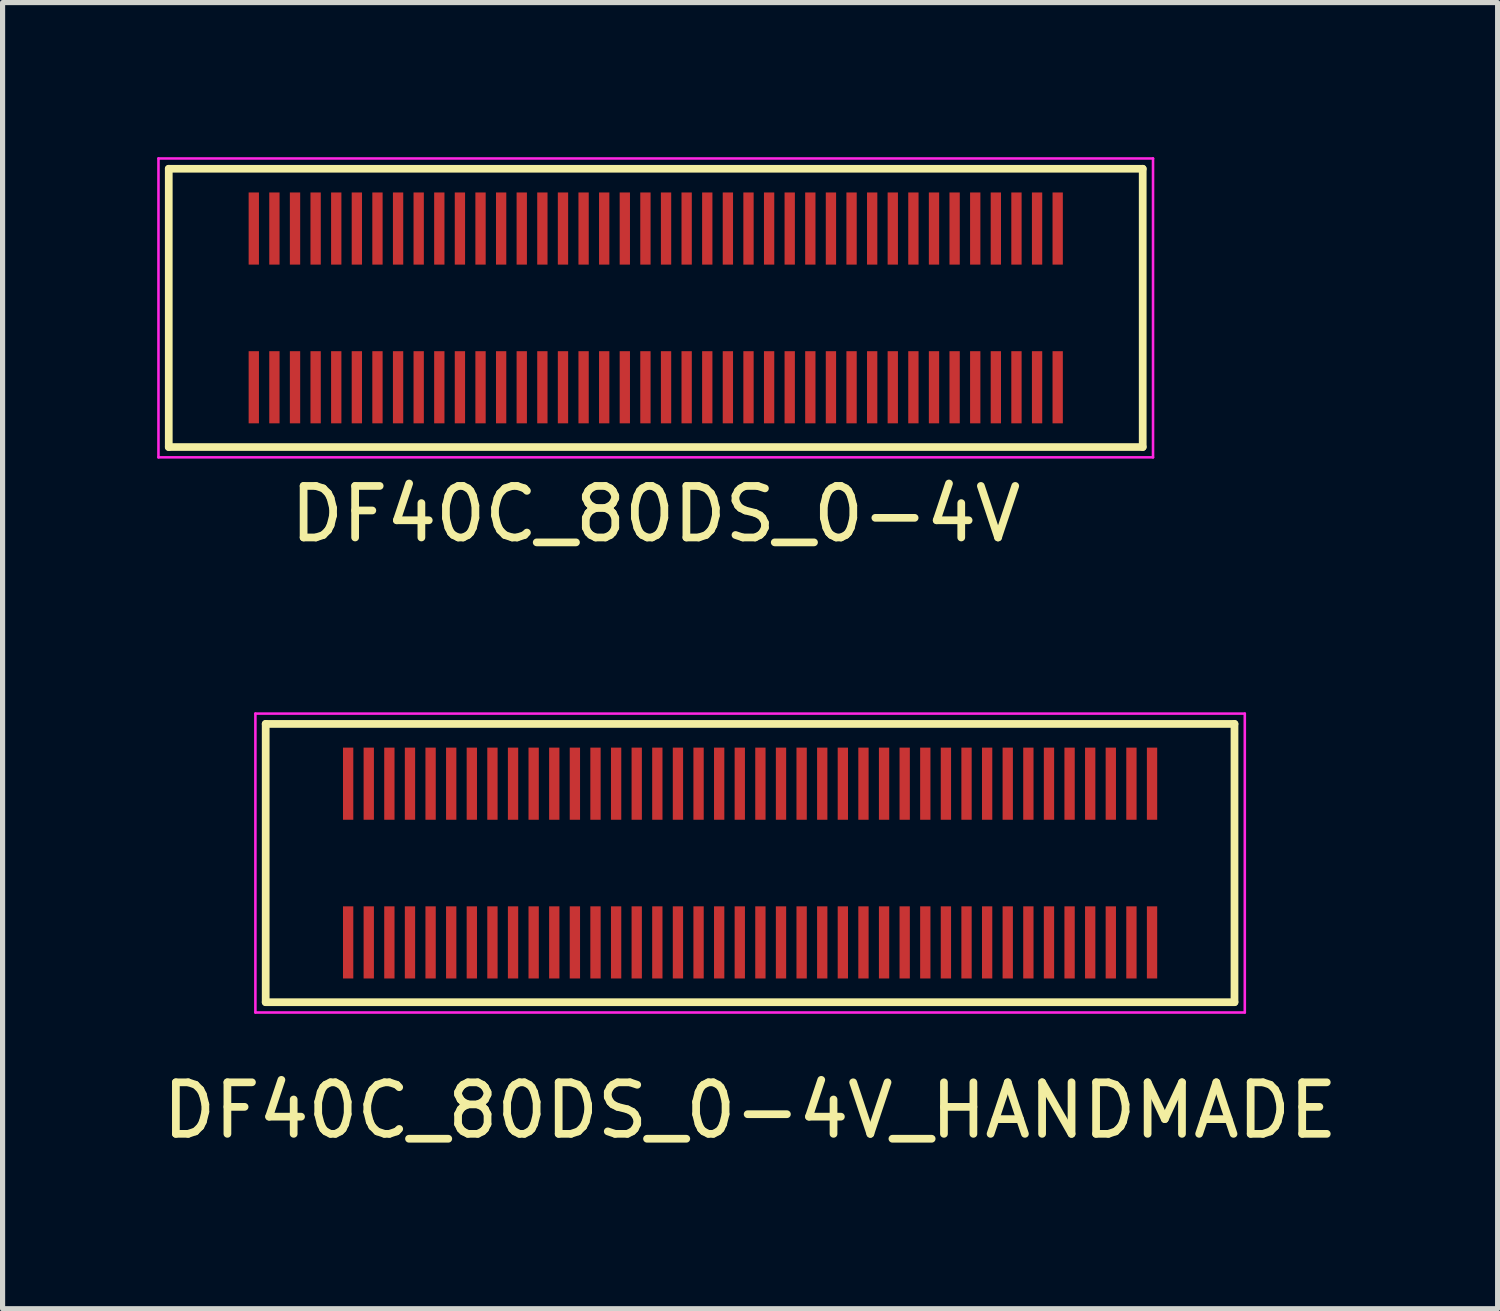
<source format=kicad_pcb>
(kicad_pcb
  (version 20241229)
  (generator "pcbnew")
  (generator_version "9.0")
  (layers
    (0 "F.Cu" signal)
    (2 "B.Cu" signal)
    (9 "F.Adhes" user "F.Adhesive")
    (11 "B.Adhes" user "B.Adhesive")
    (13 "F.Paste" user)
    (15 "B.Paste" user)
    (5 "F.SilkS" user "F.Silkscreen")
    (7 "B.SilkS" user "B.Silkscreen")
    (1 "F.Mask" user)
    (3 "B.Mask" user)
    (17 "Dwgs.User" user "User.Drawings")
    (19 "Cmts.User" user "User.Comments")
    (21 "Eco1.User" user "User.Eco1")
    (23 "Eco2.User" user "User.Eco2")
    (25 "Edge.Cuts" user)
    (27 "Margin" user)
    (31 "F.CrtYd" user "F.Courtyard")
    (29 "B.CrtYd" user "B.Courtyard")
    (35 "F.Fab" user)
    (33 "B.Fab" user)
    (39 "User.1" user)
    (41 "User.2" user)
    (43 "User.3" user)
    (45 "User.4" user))
  (footprint "DF40C_80DS_0-4V_HANDMADE"
    (layer "F.Cu")
    (at 11.506 13.698)
    (property "Reference" "DF40C_80DS_0-4V_HANDMADE" (at 0 4.8 0) (layer "F.SilkS") (effects (font (size 1 1) (thickness 0.15))))
    (attr smd)
    (fp_line (start -9.4 -2.7) (end -9.4 2.7) (stroke (width 0.15) (type solid)) (layer "F.SilkS"))
    (fp_line (start -9.4 -2.7) (end 9.4 -2.7) (stroke (width 0.15) (type solid)) (layer "F.SilkS"))
    (fp_line (start -9.4 2.7) (end 9.4 2.7) (stroke (width 0.15) (type solid)) (layer "F.SilkS"))
    (fp_line (start 9.4 -2.7) (end 9.4 2.7) (stroke (width 0.15) (type solid)) (layer "F.SilkS"))
    (fp_line (start -9.6 -2.9) (end -9.6 2.9) (stroke (width 0.05) (type solid)) (layer "F.CrtYd"))
    (fp_line (start -9.6 -2.9) (end 9.6 -2.9) (stroke (width 0.05) (type solid)) (layer "F.CrtYd"))
    (fp_line (start -9.6 2.9) (end 9.6 2.9) (stroke (width 0.05) (type solid)) (layer "F.CrtYd"))
    (fp_line (start 9.6 -2.9) (end 9.6 2.9) (stroke (width 0.05) (type solid)) (layer "F.CrtYd"))
    (pad "1" smd rect (at -7.8 -1.54) (size 0.2 1.4) (layers "F.Cu" "F.Mask" "F.Paste"))
    (pad "2" smd rect (at -7.8 1.54) (size 0.2 1.4) (layers "F.Cu" "F.Mask" "F.Paste"))
    (pad "3" smd rect (at -7.4 -1.54) (size 0.2 1.4) (layers "F.Cu" "F.Mask" "F.Paste"))
    (pad "4" smd rect (at -7.4 1.54) (size 0.2 1.4) (layers "F.Cu" "F.Mask" "F.Paste"))
    (pad "5" smd rect (at -7 -1.54) (size 0.2 1.4) (layers "F.Cu" "F.Mask" "F.Paste"))
    (pad "6" smd rect (at -7 1.54) (size 0.2 1.4) (layers "F.Cu" "F.Mask" "F.Paste"))
    (pad "7" smd rect (at -6.6 -1.54) (size 0.2 1.4) (layers "F.Cu" "F.Mask" "F.Paste"))
    (pad "8" smd rect (at -6.6 1.54) (size 0.2 1.4) (layers "F.Cu" "F.Mask" "F.Paste"))
    (pad "9" smd rect (at -6.2 -1.54) (size 0.2 1.4) (layers "F.Cu" "F.Mask" "F.Paste"))
    (pad "10" smd rect (at -6.2 1.54) (size 0.2 1.4) (layers "F.Cu" "F.Mask" "F.Paste"))
    (pad "11" smd rect (at -5.8 -1.54) (size 0.2 1.4) (layers "F.Cu" "F.Mask" "F.Paste"))
    (pad "12" smd rect (at -5.8 1.54) (size 0.2 1.4) (layers "F.Cu" "F.Mask" "F.Paste"))
    (pad "13" smd rect (at -5.4 -1.54) (size 0.2 1.4) (layers "F.Cu" "F.Mask" "F.Paste"))
    (pad "14" smd rect (at -5.4 1.54) (size 0.2 1.4) (layers "F.Cu" "F.Mask" "F.Paste"))
    (pad "15" smd rect (at -5 -1.54) (size 0.2 1.4) (layers "F.Cu" "F.Mask" "F.Paste"))
    (pad "16" smd rect (at -5 1.54) (size 0.2 1.4) (layers "F.Cu" "F.Mask" "F.Paste"))
    (pad "17" smd rect (at -4.6 -1.54) (size 0.2 1.4) (layers "F.Cu" "F.Mask" "F.Paste"))
    (pad "18" smd rect (at -4.6 1.54) (size 0.2 1.4) (layers "F.Cu" "F.Mask" "F.Paste"))
    (pad "19" smd rect (at -4.2 -1.54) (size 0.2 1.4) (layers "F.Cu" "F.Mask" "F.Paste"))
    (pad "20" smd rect (at -4.2 1.54) (size 0.2 1.4) (layers "F.Cu" "F.Mask" "F.Paste"))
    (pad "21" smd rect (at -3.8 -1.54) (size 0.2 1.4) (layers "F.Cu" "F.Mask" "F.Paste"))
    (pad "22" smd rect (at -3.8 1.54) (size 0.2 1.4) (layers "F.Cu" "F.Mask" "F.Paste"))
    (pad "23" smd rect (at -3.4 -1.54) (size 0.2 1.4) (layers "F.Cu" "F.Mask" "F.Paste"))
    (pad "24" smd rect (at -3.4 1.54) (size 0.2 1.4) (layers "F.Cu" "F.Mask" "F.Paste"))
    (pad "25" smd rect (at -3 -1.54) (size 0.2 1.4) (layers "F.Cu" "F.Mask" "F.Paste"))
    (pad "26" smd rect (at -3 1.54) (size 0.2 1.4) (layers "F.Cu" "F.Mask" "F.Paste"))
    (pad "27" smd rect (at -2.6 -1.54) (size 0.2 1.4) (layers "F.Cu" "F.Mask" "F.Paste"))
    (pad "28" smd rect (at -2.6 1.54) (size 0.2 1.4) (layers "F.Cu" "F.Mask" "F.Paste"))
    (pad "29" smd rect (at -2.2 -1.54) (size 0.2 1.4) (layers "F.Cu" "F.Mask" "F.Paste"))
    (pad "30" smd rect (at -2.2 1.54) (size 0.2 1.4) (layers "F.Cu" "F.Mask" "F.Paste"))
    (pad "31" smd rect (at -1.8 -1.54) (size 0.2 1.4) (layers "F.Cu" "F.Mask" "F.Paste"))
    (pad "32" smd rect (at -1.8 1.54) (size 0.2 1.4) (layers "F.Cu" "F.Mask" "F.Paste"))
    (pad "33" smd rect (at -1.4 -1.54) (size 0.2 1.4) (layers "F.Cu" "F.Mask" "F.Paste"))
    (pad "34" smd rect (at -1.4 1.54) (size 0.2 1.4) (layers "F.Cu" "F.Mask" "F.Paste"))
    (pad "35" smd rect (at -1 -1.54) (size 0.2 1.4) (layers "F.Cu" "F.Mask" "F.Paste"))
    (pad "36" smd rect (at -1 1.54) (size 0.2 1.4) (layers "F.Cu" "F.Mask" "F.Paste"))
    (pad "37" smd rect (at -0.6 -1.54) (size 0.2 1.4) (layers "F.Cu" "F.Mask" "F.Paste"))
    (pad "38" smd rect (at -0.6 1.54) (size 0.2 1.4) (layers "F.Cu" "F.Mask" "F.Paste"))
    (pad "39" smd rect (at -0.2 -1.54) (size 0.2 1.4) (layers "F.Cu" "F.Mask" "F.Paste"))
    (pad "40" smd rect (at -0.2 1.54) (size 0.2 1.4) (layers "F.Cu" "F.Mask" "F.Paste"))
    (pad "41" smd rect (at 0.2 -1.54) (size 0.2 1.4) (layers "F.Cu" "F.Mask" "F.Paste"))
    (pad "42" smd rect (at 0.2 1.54) (size 0.2 1.4) (layers "F.Cu" "F.Mask" "F.Paste"))
    (pad "43" smd rect (at 0.6 -1.54) (size 0.2 1.4) (layers "F.Cu" "F.Mask" "F.Paste"))
    (pad "44" smd rect (at 0.6 1.54) (size 0.2 1.4) (layers "F.Cu" "F.Mask" "F.Paste"))
    (pad "45" smd rect (at 1 -1.54) (size 0.2 1.4) (layers "F.Cu" "F.Mask" "F.Paste"))
    (pad "46" smd rect (at 1 1.54) (size 0.2 1.4) (layers "F.Cu" "F.Mask" "F.Paste"))
    (pad "47" smd rect (at 1.4 -1.54) (size 0.2 1.4) (layers "F.Cu" "F.Mask" "F.Paste"))
    (pad "48" smd rect (at 1.4 1.54) (size 0.2 1.4) (layers "F.Cu" "F.Mask" "F.Paste"))
    (pad "49" smd rect (at 1.8 -1.54) (size 0.2 1.4) (layers "F.Cu" "F.Mask" "F.Paste"))
    (pad "50" smd rect (at 1.8 1.54) (size 0.2 1.4) (layers "F.Cu" "F.Mask" "F.Paste"))
    (pad "51" smd rect (at 2.2 -1.54) (size 0.2 1.4) (layers "F.Cu" "F.Mask" "F.Paste"))
    (pad "52" smd rect (at 2.2 1.54) (size 0.2 1.4) (layers "F.Cu" "F.Mask" "F.Paste"))
    (pad "53" smd rect (at 2.6 -1.54) (size 0.2 1.4) (layers "F.Cu" "F.Mask" "F.Paste"))
    (pad "54" smd rect (at 2.6 1.54) (size 0.2 1.4) (layers "F.Cu" "F.Mask" "F.Paste"))
    (pad "55" smd rect (at 3 -1.54) (size 0.2 1.4) (layers "F.Cu" "F.Mask" "F.Paste"))
    (pad "56" smd rect (at 3 1.54) (size 0.2 1.4) (layers "F.Cu" "F.Mask" "F.Paste"))
    (pad "57" smd rect (at 3.4 -1.54) (size 0.2 1.4) (layers "F.Cu" "F.Mask" "F.Paste"))
    (pad "58" smd rect (at 3.4 1.54) (size 0.2 1.4) (layers "F.Cu" "F.Mask" "F.Paste"))
    (pad "59" smd rect (at 3.8 -1.54) (size 0.2 1.4) (layers "F.Cu" "F.Mask" "F.Paste"))
    (pad "60" smd rect (at 3.8 1.54) (size 0.2 1.4) (layers "F.Cu" "F.Mask" "F.Paste"))
    (pad "61" smd rect (at 4.2 -1.54) (size 0.2 1.4) (layers "F.Cu" "F.Mask" "F.Paste"))
    (pad "62" smd rect (at 4.2 1.54) (size 0.2 1.4) (layers "F.Cu" "F.Mask" "F.Paste"))
    (pad "63" smd rect (at 4.6 -1.54) (size 0.2 1.4) (layers "F.Cu" "F.Mask" "F.Paste"))
    (pad "64" smd rect (at 4.6 1.54) (size 0.2 1.4) (layers "F.Cu" "F.Mask" "F.Paste"))
    (pad "65" smd rect (at 5 -1.54) (size 0.2 1.4) (layers "F.Cu" "F.Mask" "F.Paste"))
    (pad "66" smd rect (at 5 1.54) (size 0.2 1.4) (layers "F.Cu" "F.Mask" "F.Paste"))
    (pad "67" smd rect (at 5.4 -1.54) (size 0.2 1.4) (layers "F.Cu" "F.Mask" "F.Paste"))
    (pad "68" smd rect (at 5.4 1.54) (size 0.2 1.4) (layers "F.Cu" "F.Mask" "F.Paste"))
    (pad "69" smd rect (at 5.8 -1.54) (size 0.2 1.4) (layers "F.Cu" "F.Mask" "F.Paste"))
    (pad "70" smd rect (at 5.8 1.54) (size 0.2 1.4) (layers "F.Cu" "F.Mask" "F.Paste"))
    (pad "71" smd rect (at 6.2 -1.54) (size 0.2 1.4) (layers "F.Cu" "F.Mask" "F.Paste"))
    (pad "72" smd rect (at 6.2 1.54) (size 0.2 1.4) (layers "F.Cu" "F.Mask" "F.Paste"))
    (pad "73" smd rect (at 6.6 -1.54) (size 0.2 1.4) (layers "F.Cu" "F.Mask" "F.Paste"))
    (pad "74" smd rect (at 6.6 1.54) (size 0.2 1.4) (layers "F.Cu" "F.Mask" "F.Paste"))
    (pad "75" smd rect (at 7 -1.54) (size 0.2 1.4) (layers "F.Cu" "F.Mask" "F.Paste"))
    (pad "76" smd rect (at 7 1.54) (size 0.2 1.4) (layers "F.Cu" "F.Mask" "F.Paste"))
    (pad "77" smd rect (at 7.4 -1.54) (size 0.2 1.4) (layers "F.Cu" "F.Mask" "F.Paste"))
    (pad "78" smd rect (at 7.4 1.54) (size 0.2 1.4) (layers "F.Cu" "F.Mask" "F.Paste"))
    (pad "79" smd rect (at 7.8 -1.54) (size 0.2 1.4) (layers "F.Cu" "F.Mask" "F.Paste"))
    (pad "80" smd rect (at 7.8 1.54) (size 0.2 1.4) (layers "F.Cu" "F.Mask" "F.Paste")))
  (footprint "DF40C_80DS_0-4V"
    (layer "F.Cu")
    (at 9.675 2.925)
    (property "Reference" "DF40C_80DS_0-4V" (at 0 4 0) (layer "F.SilkS") (effects (font (size 1 1) (thickness 0.15))))
    (attr smd)
    (fp_line (start -9.45 -2.7) (end -9.45 2.7) (stroke (width 0.15) (type solid)) (layer "F.SilkS"))
    (fp_line (start -9.45 -2.7) (end 9.45 -2.7) (stroke (width 0.15) (type solid)) (layer "F.SilkS"))
    (fp_line (start 9.45 2.7) (end -9.45 2.7) (stroke (width 0.15) (type solid)) (layer "F.SilkS"))
    (fp_line (start 9.45 2.7) (end 9.45 -2.7) (stroke (width 0.15) (type solid)) (layer "F.SilkS"))
    (fp_line (start -9.65 -2.9) (end -9.65 2.9) (stroke (width 0.05) (type solid)) (layer "F.CrtYd"))
    (fp_line (start -9.65 -2.9) (end 9.65 -2.9) (stroke (width 0.05) (type solid)) (layer "F.CrtYd"))
    (fp_line (start 9.65 2.9) (end -9.65 2.9) (stroke (width 0.05) (type solid)) (layer "F.CrtYd"))
    (fp_line (start 9.65 2.9) (end 9.65 -2.9) (stroke (width 0.05) (type solid)) (layer "F.CrtYd"))
    (pad "1" smd rect (at -7.8 1.54) (size 0.2 1.4) (layers "F.Cu" "F.Mask" "F.Paste"))
    (pad "2" smd rect (at -7.8 -1.54) (size 0.2 1.4) (layers "F.Cu" "F.Mask" "F.Paste"))
    (pad "3" smd rect (at -7.4 -1.54) (size 0.2 1.4) (layers "F.Cu" "F.Mask" "F.Paste"))
    (pad "4" smd rect (at -7.4 1.54) (size 0.2 1.4) (layers "F.Cu" "F.Mask" "F.Paste"))
    (pad "5" smd rect (at -7 -1.54) (size 0.2 1.4) (layers "F.Cu" "F.Mask" "F.Paste"))
    (pad "6" smd rect (at -7 1.54) (size 0.2 1.4) (layers "F.Cu" "F.Mask" "F.Paste"))
    (pad "7" smd rect (at -6.6 -1.54) (size 0.2 1.4) (layers "F.Cu" "F.Mask" "F.Paste"))
    (pad "8" smd rect (at -6.6 1.54) (size 0.2 1.4) (layers "F.Cu" "F.Mask" "F.Paste"))
    (pad "9" smd rect (at -6.2 -1.54) (size 0.2 1.4) (layers "F.Cu" "F.Mask" "F.Paste"))
    (pad "10" smd rect (at -6.2 1.54) (size 0.2 1.4) (layers "F.Cu" "F.Mask" "F.Paste"))
    (pad "11" smd rect (at -5.8 -1.54) (size 0.2 1.4) (layers "F.Cu" "F.Mask" "F.Paste"))
    (pad "12" smd rect (at -5.8 1.54) (size 0.2 1.4) (layers "F.Cu" "F.Mask" "F.Paste"))
    (pad "13" smd rect (at -5.4 -1.54) (size 0.2 1.4) (layers "F.Cu" "F.Mask" "F.Paste"))
    (pad "14" smd rect (at -5.4 1.54) (size 0.2 1.4) (layers "F.Cu" "F.Mask" "F.Paste"))
    (pad "15" smd rect (at -5 -1.54) (size 0.2 1.4) (layers "F.Cu" "F.Mask" "F.Paste"))
    (pad "16" smd rect (at -5 1.54) (size 0.2 1.4) (layers "F.Cu" "F.Mask" "F.Paste"))
    (pad "17" smd rect (at -4.6 -1.54) (size 0.2 1.4) (layers "F.Cu" "F.Mask" "F.Paste"))
    (pad "18" smd rect (at -4.6 1.54) (size 0.2 1.4) (layers "F.Cu" "F.Mask" "F.Paste"))
    (pad "19" smd rect (at -4.2 -1.54) (size 0.2 1.4) (layers "F.Cu" "F.Mask" "F.Paste"))
    (pad "20" smd rect (at -4.2 1.54) (size 0.2 1.4) (layers "F.Cu" "F.Mask" "F.Paste"))
    (pad "21" smd rect (at -3.8 -1.54) (size 0.2 1.4) (layers "F.Cu" "F.Mask" "F.Paste"))
    (pad "22" smd rect (at -3.8 1.54) (size 0.2 1.4) (layers "F.Cu" "F.Mask" "F.Paste"))
    (pad "23" smd rect (at -3.4 -1.54) (size 0.2 1.4) (layers "F.Cu" "F.Mask" "F.Paste"))
    (pad "24" smd rect (at -3.4 1.54) (size 0.2 1.4) (layers "F.Cu" "F.Mask" "F.Paste"))
    (pad "25" smd rect (at -3 -1.54) (size 0.2 1.4) (layers "F.Cu" "F.Mask" "F.Paste"))
    (pad "26" smd rect (at -3 1.54) (size 0.2 1.4) (layers "F.Cu" "F.Mask" "F.Paste"))
    (pad "27" smd rect (at -2.6 -1.54) (size 0.2 1.4) (layers "F.Cu" "F.Mask" "F.Paste"))
    (pad "28" smd rect (at -2.6 1.54) (size 0.2 1.4) (layers "F.Cu" "F.Mask" "F.Paste"))
    (pad "29" smd rect (at -2.2 -1.54) (size 0.2 1.4) (layers "F.Cu" "F.Mask" "F.Paste"))
    (pad "30" smd rect (at -2.2 1.54) (size 0.2 1.4) (layers "F.Cu" "F.Mask" "F.Paste"))
    (pad "31" smd rect (at -1.8 -1.54) (size 0.2 1.4) (layers "F.Cu" "F.Mask" "F.Paste"))
    (pad "32" smd rect (at -1.8 1.54) (size 0.2 1.4) (layers "F.Cu" "F.Mask" "F.Paste"))
    (pad "33" smd rect (at -1.4 -1.54) (size 0.2 1.4) (layers "F.Cu" "F.Mask" "F.Paste"))
    (pad "34" smd rect (at -1.4 1.54) (size 0.2 1.4) (layers "F.Cu" "F.Mask" "F.Paste"))
    (pad "35" smd rect (at -1 -1.54) (size 0.2 1.4) (layers "F.Cu" "F.Mask" "F.Paste"))
    (pad "36" smd rect (at -1 1.54) (size 0.2 1.4) (layers "F.Cu" "F.Mask" "F.Paste"))
    (pad "37" smd rect (at -0.6 -1.54) (size 0.2 1.4) (layers "F.Cu" "F.Mask" "F.Paste"))
    (pad "38" smd rect (at -0.6 1.54) (size 0.2 1.4) (layers "F.Cu" "F.Mask" "F.Paste"))
    (pad "39" smd rect (at -0.2 -1.54) (size 0.2 1.4) (layers "F.Cu" "F.Mask" "F.Paste"))
    (pad "40" smd rect (at -0.2 1.54) (size 0.2 1.4) (layers "F.Cu" "F.Mask" "F.Paste"))
    (pad "41" smd rect (at 0.2 -1.54) (size 0.2 1.4) (layers "F.Cu" "F.Mask" "F.Paste"))
    (pad "42" smd rect (at 0.2 1.54) (size 0.2 1.4) (layers "F.Cu" "F.Mask" "F.Paste"))
    (pad "43" smd rect (at 0.6 -1.54) (size 0.2 1.4) (layers "F.Cu" "F.Mask" "F.Paste"))
    (pad "44" smd rect (at 0.6 1.54) (size 0.2 1.4) (layers "F.Cu" "F.Mask" "F.Paste"))
    (pad "45" smd rect (at 1 -1.54) (size 0.2 1.4) (layers "F.Cu" "F.Mask" "F.Paste"))
    (pad "46" smd rect (at 1 1.54) (size 0.2 1.4) (layers "F.Cu" "F.Mask" "F.Paste"))
    (pad "47" smd rect (at 1.4 -1.54) (size 0.2 1.4) (layers "F.Cu" "F.Mask" "F.Paste"))
    (pad "48" smd rect (at 1.4 1.54) (size 0.2 1.4) (layers "F.Cu" "F.Mask" "F.Paste"))
    (pad "49" smd rect (at 1.8 -1.54) (size 0.2 1.4) (layers "F.Cu" "F.Mask" "F.Paste"))
    (pad "50" smd rect (at 1.8 1.54) (size 0.2 1.4) (layers "F.Cu" "F.Mask" "F.Paste"))
    (pad "51" smd rect (at 2.2 -1.54) (size 0.2 1.4) (layers "F.Cu" "F.Mask" "F.Paste"))
    (pad "52" smd rect (at 2.2 1.54) (size 0.2 1.4) (layers "F.Cu" "F.Mask" "F.Paste"))
    (pad "53" smd rect (at 2.6 -1.54) (size 0.2 1.4) (layers "F.Cu" "F.Mask" "F.Paste"))
    (pad "54" smd rect (at 2.6 1.54) (size 0.2 1.4) (layers "F.Cu" "F.Mask" "F.Paste"))
    (pad "55" smd rect (at 3 -1.54) (size 0.2 1.4) (layers "F.Cu" "F.Mask" "F.Paste"))
    (pad "56" smd rect (at 3 1.54) (size 0.2 1.4) (layers "F.Cu" "F.Mask" "F.Paste"))
    (pad "57" smd rect (at 3.4 -1.54) (size 0.2 1.4) (layers "F.Cu" "F.Mask" "F.Paste"))
    (pad "58" smd rect (at 3.4 1.54) (size 0.2 1.4) (layers "F.Cu" "F.Mask" "F.Paste"))
    (pad "59" smd rect (at 3.8 -1.54) (size 0.2 1.4) (layers "F.Cu" "F.Mask" "F.Paste"))
    (pad "60" smd rect (at 3.8 1.54) (size 0.2 1.4) (layers "F.Cu" "F.Mask" "F.Paste"))
    (pad "61" smd rect (at 4.2 -1.54) (size 0.2 1.4) (layers "F.Cu" "F.Mask" "F.Paste"))
    (pad "62" smd rect (at 4.2 1.54) (size 0.2 1.4) (layers "F.Cu" "F.Mask" "F.Paste"))
    (pad "63" smd rect (at 4.6 -1.54) (size 0.2 1.4) (layers "F.Cu" "F.Mask" "F.Paste"))
    (pad "64" smd rect (at 4.6 1.54) (size 0.2 1.4) (layers "F.Cu" "F.Mask" "F.Paste"))
    (pad "65" smd rect (at 5 -1.54) (size 0.2 1.4) (layers "F.Cu" "F.Mask" "F.Paste"))
    (pad "66" smd rect (at 5 1.54) (size 0.2 1.4) (layers "F.Cu" "F.Mask" "F.Paste"))
    (pad "67" smd rect (at 5.4 -1.54) (size 0.2 1.4) (layers "F.Cu" "F.Mask" "F.Paste"))
    (pad "68" smd rect (at 5.4 1.54) (size 0.2 1.4) (layers "F.Cu" "F.Mask" "F.Paste"))
    (pad "69" smd rect (at 5.8 -1.54) (size 0.2 1.4) (layers "F.Cu" "F.Mask" "F.Paste"))
    (pad "70" smd rect (at 5.8 1.54) (size 0.2 1.4) (layers "F.Cu" "F.Mask" "F.Paste"))
    (pad "71" smd rect (at 6.2 -1.54) (size 0.2 1.4) (layers "F.Cu" "F.Mask" "F.Paste"))
    (pad "72" smd rect (at 6.2 1.54) (size 0.2 1.4) (layers "F.Cu" "F.Mask" "F.Paste"))
    (pad "73" smd rect (at 6.6 -1.54) (size 0.2 1.4) (layers "F.Cu" "F.Mask" "F.Paste"))
    (pad "74" smd rect (at 6.6 1.54) (size 0.2 1.4) (layers "F.Cu" "F.Mask" "F.Paste"))
    (pad "75" smd rect (at 7 -1.54) (size 0.2 1.4) (layers "F.Cu" "F.Mask" "F.Paste"))
    (pad "76" smd rect (at 7 1.54) (size 0.2 1.4) (layers "F.Cu" "F.Mask" "F.Paste"))
    (pad "77" smd rect (at 7.4 -1.54) (size 0.2 1.4) (layers "F.Cu" "F.Mask" "F.Paste"))
    (pad "78" smd rect (at 7.4 1.54) (size 0.2 1.4) (layers "F.Cu" "F.Mask" "F.Paste"))
    (pad "79" smd rect (at 7.8 -1.54) (size 0.2 1.4) (layers "F.Cu" "F.Mask" "F.Paste"))
    (pad "80" smd rect (at 7.8 1.54) (size 0.2 1.4) (layers "F.Cu" "F.Mask" "F.Paste")))
  (gr_rect
    (start -3 -3)
    (end 26.012 22.346)
    (stroke (width 0.1) (type default))
    (fill no)
    (layer "Edge.Cuts")))
</source>
